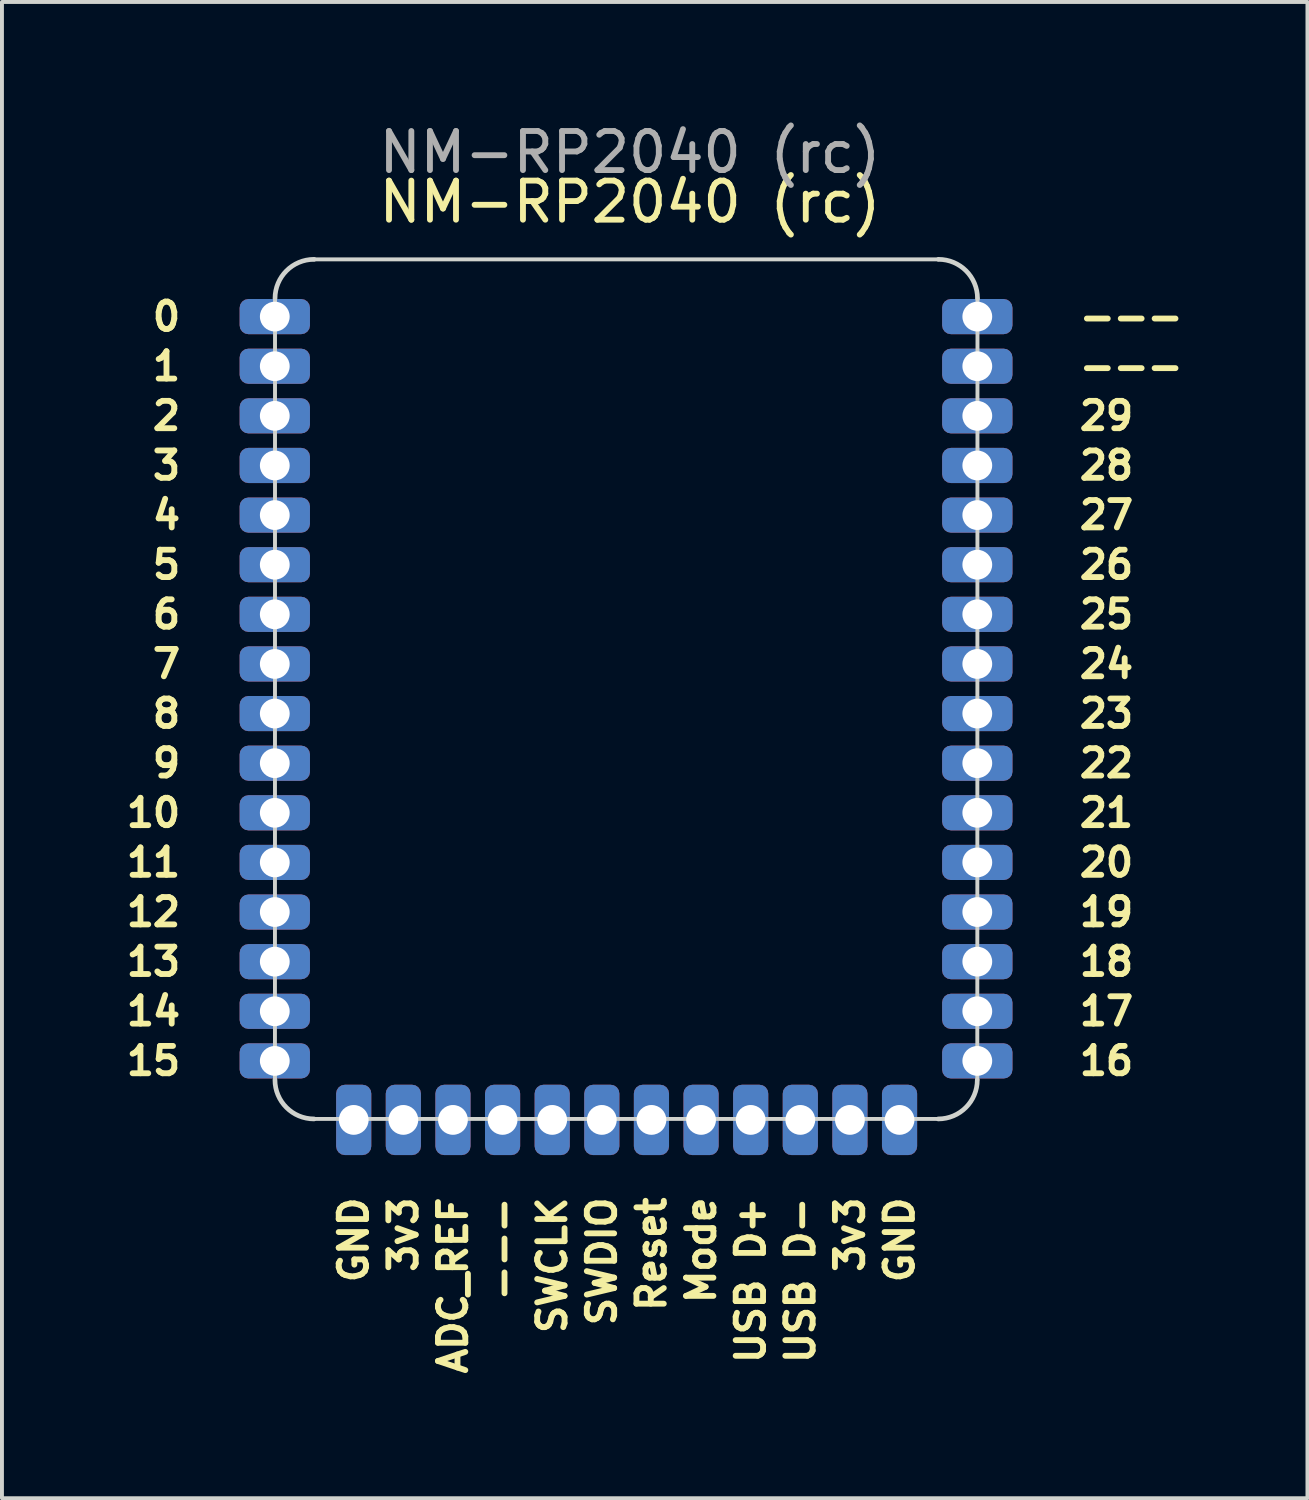
<source format=kicad_pcb>
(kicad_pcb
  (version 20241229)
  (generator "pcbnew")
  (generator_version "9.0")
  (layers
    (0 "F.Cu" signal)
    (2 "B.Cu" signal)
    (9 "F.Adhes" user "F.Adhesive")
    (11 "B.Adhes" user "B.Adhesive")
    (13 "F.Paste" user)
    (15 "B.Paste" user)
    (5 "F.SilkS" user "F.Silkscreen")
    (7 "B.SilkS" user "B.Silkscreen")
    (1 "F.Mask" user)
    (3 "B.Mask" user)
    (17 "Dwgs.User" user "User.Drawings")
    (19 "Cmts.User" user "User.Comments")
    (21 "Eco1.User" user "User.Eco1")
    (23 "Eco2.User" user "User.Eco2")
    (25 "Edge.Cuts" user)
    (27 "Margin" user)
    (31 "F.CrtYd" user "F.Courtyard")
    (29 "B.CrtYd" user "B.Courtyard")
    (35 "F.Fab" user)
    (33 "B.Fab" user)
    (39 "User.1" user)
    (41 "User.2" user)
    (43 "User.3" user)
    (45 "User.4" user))
  (footprint "NM-RP2040 (rc)"
    (layer "F.Cu")
    (at 13.073 16.088)
    (property "Reference" "NM-RP2040 (rc)" (at 0 -13.97 0) (unlocked yes) (layer "F.SilkS") (effects (font (size 1 1) (thickness 0.15))))
    (fp_line (start -9.086 8.5) (end -9.084 -11.5) (stroke (width 0.1) (type solid)) (layer "Edge.Cuts"))
    (fp_line (start -8.084 -12.5) (end 7.895 -12.5) (stroke (width 0.1) (type solid)) (layer "Edge.Cuts"))
    (fp_line (start 7.89 9.5) (end -8.086 9.5) (stroke (width 0.1) (type solid)) (layer "Edge.Cuts"))
    (fp_line (start 8.895 -11.5) (end 8.89 8.5) (stroke (width 0.1) (type solid)) (layer "Edge.Cuts"))
    (fp_arc (start -9.084155 -11.5) (mid -8.791262 -12.207107) (end -8.084155 -12.5) (stroke (width 0.12) (type solid)) (layer "Edge.Cuts"))
    (fp_arc (start -8.085638 9.5) (mid -8.792745 9.207107) (end -9.085638 8.5) (stroke (width 0.12) (type solid)) (layer "Edge.Cuts"))
    (fp_arc (start 7.895391 -12.5) (mid 8.602498 -12.207107) (end 8.895391 -11.5) (stroke (width 0.12) (type solid)) (layer "Edge.Cuts"))
    (fp_arc (start 8.89 8.5) (mid 8.597107 9.207107) (end 7.89 9.5) (stroke (width 0.12) (type solid)) (layer "Edge.Cuts"))
    (fp_text user "0" (at -11.43 -11.035 0) (unlocked yes) (layer "F.SilkS") (effects (font (size 0.7 0.7) (thickness 0.15)) (justify right)))
    (fp_text user "9" (at -11.43 0.395 0) (unlocked yes) (layer "F.SilkS") (effects (font (size 0.7 0.7) (thickness 0.15)) (justify right)))
    (fp_text user "4" (at -11.43 -5.955 0) (unlocked yes) (layer "F.SilkS") (effects (font (size 0.7 0.7) (thickness 0.15)) (justify right)))
    (fp_text user "11" (at -11.43 2.935 0) (unlocked yes) (layer "F.SilkS") (effects (font (size 0.7 0.7) (thickness 0.15)) (justify right)))
    (fp_text user "1" (at -11.43 -9.765 0) (unlocked yes) (layer "F.SilkS") (effects (font (size 0.7 0.7) (thickness 0.15)) (justify right)))
    (fp_text user "2" (at -11.43 -8.495 0) (unlocked yes) (layer "F.SilkS") (effects (font (size 0.7 0.7) (thickness 0.15)) (justify right)))
    (fp_text user "17" (at 11.43 6.745 0) (unlocked yes) (layer "F.SilkS") (effects (font (size 0.7 0.7) (thickness 0.15)) (justify left)))
    (fp_text user "12" (at -11.43 4.205 0) (unlocked yes) (layer "F.SilkS") (effects (font (size 0.7 0.7) (thickness 0.15)) (justify right)))
    (fp_text user "14" (at -11.43 6.745 0) (unlocked yes) (layer "F.SilkS") (effects (font (size 0.7 0.7) (thickness 0.15)) (justify right)))
    (fp_text user "Mode" (at 1.82 11.43 90) (unlocked yes) (layer "F.SilkS") (effects (font (size 0.7 0.7) (thickness 0.15)) (justify right)))
    (fp_text user "23" (at 11.43 -0.875 0) (unlocked yes) (layer "F.SilkS") (effects (font (size 0.7 0.7) (thickness 0.15)) (justify left)))
    (fp_text user "ADC_REF" (at -4.53 11.43 90) (unlocked yes) (layer "F.SilkS") (effects (font (size 0.7 0.7) (thickness 0.15)) (justify right)))
    (fp_text user "6" (at -11.43 -3.415 0) (unlocked yes) (layer "F.SilkS") (effects (font (size 0.7 0.7) (thickness 0.15)) (justify right)))
    (fp_text user "3" (at -11.43 -7.225 0) (unlocked yes) (layer "F.SilkS") (effects (font (size 0.7 0.7) (thickness 0.15)) (justify right)))
    (fp_text user "13" (at -11.43 5.475 0) (unlocked yes) (layer "F.SilkS") (effects (font (size 0.7 0.7) (thickness 0.15)) (justify right)))
    (fp_text user "19" (at 11.43 4.205 0) (unlocked yes) (layer "F.SilkS") (effects (font (size 0.7 0.7) (thickness 0.15)) (justify left)))
    (fp_text user "USB D-" (at 4.36 11.43 90) (unlocked yes) (layer "F.SilkS") (effects (font (size 0.7 0.7) (thickness 0.15)) (justify right)))
    (fp_text user "29" (at 11.43 -8.495 0) (unlocked yes) (layer "F.SilkS") (effects (font (size 0.7 0.7) (thickness 0.15)) (justify left)))
    (fp_text user "25" (at 11.43 -3.415 0) (unlocked yes) (layer "F.SilkS") (effects (font (size 0.7 0.7) (thickness 0.15)) (justify left)))
    (fp_text user "GND" (at -7.07 11.43 90) (unlocked yes) (layer "F.SilkS") (effects (font (size 0.7 0.7) (thickness 0.15)) (justify right)))
    (fp_text user "Reset" (at 0.55 11.43 90) (unlocked yes) (layer "F.SilkS") (effects (font (size 0.7 0.7) (thickness 0.15)) (justify right)))
    (fp_text user "16" (at 11.43 8.015 0) (unlocked yes) (layer "F.SilkS") (effects (font (size 0.7 0.7) (thickness 0.15)) (justify left)))
    (fp_text user "27" (at 11.43 -5.955 0) (unlocked yes) (layer "F.SilkS") (effects (font (size 0.7 0.7) (thickness 0.15)) (justify left)))
    (fp_text user "---" (at 11.43 -11.035 0) (unlocked yes) (layer "F.SilkS") (effects (font (size 0.7 0.7) (thickness 0.15)) (justify left)))
    (fp_text user "5" (at -11.43 -4.685 0) (unlocked yes) (layer "F.SilkS") (effects (font (size 0.7 0.7) (thickness 0.15)) (justify right)))
    (fp_text user "---" (at 11.43 -9.765 0) (unlocked yes) (layer "F.SilkS") (effects (font (size 0.7 0.7) (thickness 0.15)) (justify left)))
    (fp_text user "7" (at -11.43 -2.145 0) (unlocked yes) (layer "F.SilkS") (effects (font (size 0.7 0.7) (thickness 0.15)) (justify right)))
    (fp_text user "USB D+" (at 3.09 11.43 90) (unlocked yes) (layer "F.SilkS") (effects (font (size 0.7 0.7) (thickness 0.15)) (justify right)))
    (fp_text user "---" (at -3.26 11.43 90) (unlocked yes) (layer "F.SilkS") (effects (font (size 0.7 0.7) (thickness 0.15)) (justify right)))
    (fp_text user "20" (at 11.43 2.935 0) (unlocked yes) (layer "F.SilkS") (effects (font (size 0.7 0.7) (thickness 0.15)) (justify left)))
    (fp_text user "28" (at 11.43 -7.225 0) (unlocked yes) (layer "F.SilkS") (effects (font (size 0.7 0.7) (thickness 0.15)) (justify left)))
    (fp_text user "8" (at -11.43 -0.875 0) (unlocked yes) (layer "F.SilkS") (effects (font (size 0.7 0.7) (thickness 0.15)) (justify right)))
    (fp_text user "10" (at -11.43 1.665 0) (unlocked yes) (layer "F.SilkS") (effects (font (size 0.7 0.7) (thickness 0.15)) (justify right)))
    (fp_text user "3v3" (at 5.63 11.43 90) (unlocked yes) (layer "F.SilkS") (effects (font (size 0.7 0.7) (thickness 0.15)) (justify right)))
    (fp_text user "18" (at 11.43 5.475 0) (unlocked yes) (layer "F.SilkS") (effects (font (size 0.7 0.7) (thickness 0.15)) (justify left)))
    (fp_text user "26" (at 11.43 -4.685 0) (unlocked yes) (layer "F.SilkS") (effects (font (size 0.7 0.7) (thickness 0.15)) (justify left)))
    (fp_text user "21" (at 11.43 1.665 0) (unlocked yes) (layer "F.SilkS") (effects (font (size 0.7 0.7) (thickness 0.15)) (justify left)))
    (fp_text user "GND" (at 6.9 11.43 90) (unlocked yes) (layer "F.SilkS") (effects (font (size 0.7 0.7) (thickness 0.15)) (justify right)))
    (fp_text user "15" (at -11.43 8.015 0) (unlocked yes) (layer "F.SilkS") (effects (font (size 0.7 0.7) (thickness 0.15)) (justify right)))
    (fp_text user "SWDIO" (at -0.72 11.43 90) (unlocked yes) (layer "F.SilkS") (effects (font (size 0.7 0.7) (thickness 0.15)) (justify right)))
    (fp_text user "22" (at 11.43 0.395 0) (unlocked yes) (layer "F.SilkS") (effects (font (size 0.7 0.7) (thickness 0.15)) (justify left)))
    (fp_text user "3v3" (at -5.8 11.43 90) (unlocked yes) (layer "F.SilkS") (effects (font (size 0.7 0.7) (thickness 0.15)) (justify right)))
    (fp_text user "24" (at 11.43 -2.145 0) (unlocked yes) (layer "F.SilkS") (effects (font (size 0.7 0.7) (thickness 0.15)) (justify left)))
    (fp_text user "SWCLK" (at -1.99 11.43 90) (unlocked yes) (layer "F.SilkS") (effects (font (size 0.7 0.7) (thickness 0.15)) (justify right)))
    (fp_text user "${REFERENCE}" (at 0 -15.24 0) (unlocked yes) (layer "F.Fab") (effects (font (size 1 1) (thickness 0.15))))
    (pad "1" thru_hole roundrect (at -9.09 -11.035) (size 1.8 0.9) (drill 0.762) (property pad_prop_castellated) (layers "*.Cu" "*.Mask") (roundrect_rratio 0.25))
    (pad "2" thru_hole roundrect (at -9.09 -9.765) (size 1.8 0.9) (drill 0.762) (property pad_prop_castellated) (layers "*.Cu" "*.Mask") (roundrect_rratio 0.25))
    (pad "3" thru_hole roundrect (at -9.09 -8.495) (size 1.8 0.9) (drill 0.762) (property pad_prop_castellated) (layers "*.Cu" "*.Mask") (roundrect_rratio 0.25))
    (pad "4" thru_hole roundrect (at -9.09 -7.225) (size 1.8 0.9) (drill 0.762) (property pad_prop_castellated) (layers "*.Cu" "*.Mask") (roundrect_rratio 0.25))
    (pad "5" thru_hole roundrect (at -9.09 -5.955) (size 1.8 0.9) (drill 0.762) (property pad_prop_castellated) (layers "*.Cu" "*.Mask") (roundrect_rratio 0.25))
    (pad "6" thru_hole roundrect (at -9.09 -4.685) (size 1.8 0.9) (drill 0.762) (property pad_prop_castellated) (layers "*.Cu" "*.Mask") (roundrect_rratio 0.25))
    (pad "7" thru_hole roundrect (at -9.09 -3.415) (size 1.8 0.9) (drill 0.762) (property pad_prop_castellated) (layers "*.Cu" "*.Mask") (roundrect_rratio 0.25))
    (pad "8" thru_hole roundrect (at -9.09 -2.145) (size 1.8 0.9) (drill 0.762) (property pad_prop_castellated) (layers "*.Cu" "*.Mask") (roundrect_rratio 0.25))
    (pad "9" thru_hole roundrect (at -9.09 -0.875) (size 1.8 0.9) (drill 0.762) (property pad_prop_castellated) (layers "*.Cu" "*.Mask") (roundrect_rratio 0.25))
    (pad "10" thru_hole roundrect (at -9.09 0.395) (size 1.8 0.9) (drill 0.762) (property pad_prop_castellated) (layers "*.Cu" "*.Mask") (roundrect_rratio 0.25))
    (pad "11" thru_hole roundrect (at -9.09 1.665) (size 1.8 0.9) (drill 0.762) (property pad_prop_castellated) (layers "*.Cu" "*.Mask") (roundrect_rratio 0.25))
    (pad "12" thru_hole roundrect (at -9.09 2.935) (size 1.8 0.9) (drill 0.762) (property pad_prop_castellated) (layers "*.Cu" "*.Mask") (roundrect_rratio 0.25))
    (pad "13" thru_hole roundrect (at -9.09 4.205) (size 1.8 0.9) (drill 0.762) (property pad_prop_castellated) (layers "*.Cu" "*.Mask") (roundrect_rratio 0.25))
    (pad "14" thru_hole roundrect (at -9.09 5.475) (size 1.8 0.9) (drill 0.762) (property pad_prop_castellated) (layers "*.Cu" "*.Mask") (roundrect_rratio 0.25))
    (pad "15" thru_hole roundrect (at -9.09 6.745) (size 1.8 0.9) (drill 0.762) (property pad_prop_castellated) (layers "*.Cu" "*.Mask") (roundrect_rratio 0.25))
    (pad "16" thru_hole roundrect (at -9.09 8.015) (size 1.8 0.9) (drill 0.762) (property pad_prop_castellated) (layers "*.Cu" "*.Mask") (roundrect_rratio 0.25))
    (pad "17" thru_hole roundrect (at -7.07 9.525 90) (size 1.8 0.9) (drill 0.762) (property pad_prop_castellated) (layers "*.Cu" "*.Mask") (roundrect_rratio 0.25))
    (pad "18" thru_hole roundrect (at -5.8 9.525 90) (size 1.8 0.9) (drill 0.762) (property pad_prop_castellated) (layers "*.Cu" "*.Mask") (roundrect_rratio 0.25))
    (pad "19" thru_hole roundrect (at -4.53 9.525 90) (size 1.8 0.9) (drill 0.762) (property pad_prop_castellated) (layers "*.Cu" "*.Mask") (roundrect_rratio 0.25))
    (pad "20" thru_hole roundrect (at -3.26 9.525 90) (size 1.8 0.9) (drill 0.762) (property pad_prop_castellated) (layers "*.Cu" "*.Mask") (roundrect_rratio 0.25))
    (pad "21" thru_hole roundrect (at -1.99 9.525 90) (size 1.8 0.9) (drill 0.762) (property pad_prop_castellated) (layers "*.Cu" "*.Mask") (roundrect_rratio 0.25))
    (pad "22" thru_hole roundrect (at -0.72 9.525 90) (size 1.8 0.9) (drill 0.762) (property pad_prop_castellated) (layers "*.Cu" "*.Mask") (roundrect_rratio 0.25))
    (pad "23" thru_hole roundrect (at 0.55 9.525 90) (size 1.8 0.9) (drill 0.762) (property pad_prop_castellated) (layers "*.Cu" "*.Mask") (roundrect_rratio 0.25))
    (pad "24" thru_hole roundrect (at 1.82 9.525 90) (size 1.8 0.9) (drill 0.762) (property pad_prop_castellated) (layers "*.Cu" "*.Mask") (roundrect_rratio 0.25))
    (pad "25" thru_hole roundrect (at 3.09 9.525 90) (size 1.8 0.9) (drill 0.762) (property pad_prop_castellated) (layers "*.Cu" "*.Mask") (roundrect_rratio 0.25))
    (pad "26" thru_hole roundrect (at 4.36 9.525 90) (size 1.8 0.9) (drill 0.762) (property pad_prop_castellated) (layers "*.Cu" "*.Mask") (roundrect_rratio 0.25))
    (pad "27" thru_hole roundrect (at 5.63 9.525 90) (size 1.8 0.9) (drill 0.762) (property pad_prop_castellated) (layers "*.Cu" "*.Mask") (roundrect_rratio 0.25))
    (pad "28" thru_hole roundrect (at 6.9 9.525 90) (size 1.8 0.9) (drill 0.762) (property pad_prop_castellated) (layers "*.Cu" "*.Mask") (roundrect_rratio 0.25))
    (pad "29" thru_hole roundrect (at 8.89 8.015 180) (size 1.8 0.9) (drill 0.762) (property pad_prop_castellated) (layers "*.Cu" "*.Mask") (roundrect_rratio 0.25))
    (pad "30" thru_hole roundrect (at 8.89 6.745 180) (size 1.8 0.9) (drill 0.762) (property pad_prop_castellated) (layers "*.Cu" "*.Mask") (roundrect_rratio 0.25))
    (pad "31" thru_hole roundrect (at 8.89 5.475 180) (size 1.8 0.9) (drill 0.762) (property pad_prop_castellated) (layers "*.Cu" "*.Mask") (roundrect_rratio 0.25))
    (pad "32" thru_hole roundrect (at 8.89 4.205 180) (size 1.8 0.9) (drill 0.762) (property pad_prop_castellated) (layers "*.Cu" "*.Mask") (roundrect_rratio 0.25))
    (pad "33" thru_hole roundrect (at 8.89 2.935 180) (size 1.8 0.9) (drill 0.762) (property pad_prop_castellated) (layers "*.Cu" "*.Mask") (roundrect_rratio 0.25))
    (pad "34" thru_hole roundrect (at 8.89 1.665 180) (size 1.8 0.9) (drill 0.762) (property pad_prop_castellated) (layers "*.Cu" "*.Mask") (roundrect_rratio 0.25))
    (pad "35" thru_hole roundrect (at 8.89 0.395 180) (size 1.8 0.9) (drill 0.762) (property pad_prop_castellated) (layers "*.Cu" "*.Mask") (roundrect_rratio 0.25))
    (pad "36" thru_hole roundrect (at 8.89 -0.875 180) (size 1.8 0.9) (drill 0.762) (property pad_prop_castellated) (layers "*.Cu" "*.Mask") (roundrect_rratio 0.25))
    (pad "37" thru_hole roundrect (at 8.89 -2.145 180) (size 1.8 0.9) (drill 0.762) (property pad_prop_castellated) (layers "*.Cu" "*.Mask") (roundrect_rratio 0.25))
    (pad "38" thru_hole roundrect (at 8.89 -3.415 180) (size 1.8 0.9) (drill 0.762) (property pad_prop_castellated) (layers "*.Cu" "*.Mask") (roundrect_rratio 0.25))
    (pad "39" thru_hole roundrect (at 8.89 -4.685 180) (size 1.8 0.9) (drill 0.762) (property pad_prop_castellated) (layers "*.Cu" "*.Mask") (roundrect_rratio 0.25))
    (pad "40" thru_hole roundrect (at 8.89 -5.955 180) (size 1.8 0.9) (drill 0.762) (property pad_prop_castellated) (layers "*.Cu" "*.Mask") (roundrect_rratio 0.25))
    (pad "41" thru_hole roundrect (at 8.89 -7.225 180) (size 1.8 0.9) (drill 0.762) (property pad_prop_castellated) (layers "*.Cu" "*.Mask") (roundrect_rratio 0.25))
    (pad "42" thru_hole roundrect (at 8.89 -8.495 180) (size 1.8 0.9) (drill 0.762) (property pad_prop_castellated) (layers "*.Cu" "*.Mask") (roundrect_rratio 0.25))
    (pad "43" thru_hole roundrect (at 8.89 -9.765 180) (size 1.8 0.9) (drill 0.762) (property pad_prop_castellated) (layers "*.Cu" "*.Mask") (roundrect_rratio 0.25))
    (pad "44" thru_hole roundrect (at 8.89 -11.035 180) (size 1.8 0.9) (drill 0.762) (property pad_prop_castellated) (layers "*.Cu" "*.Mask") (roundrect_rratio 0.25)))
  (gr_rect
    (start -3 -3)
    (end 30.413 35.295)
    (stroke (width 0.1) (type default))
    (fill no)
    (layer "Edge.Cuts")))
</source>
